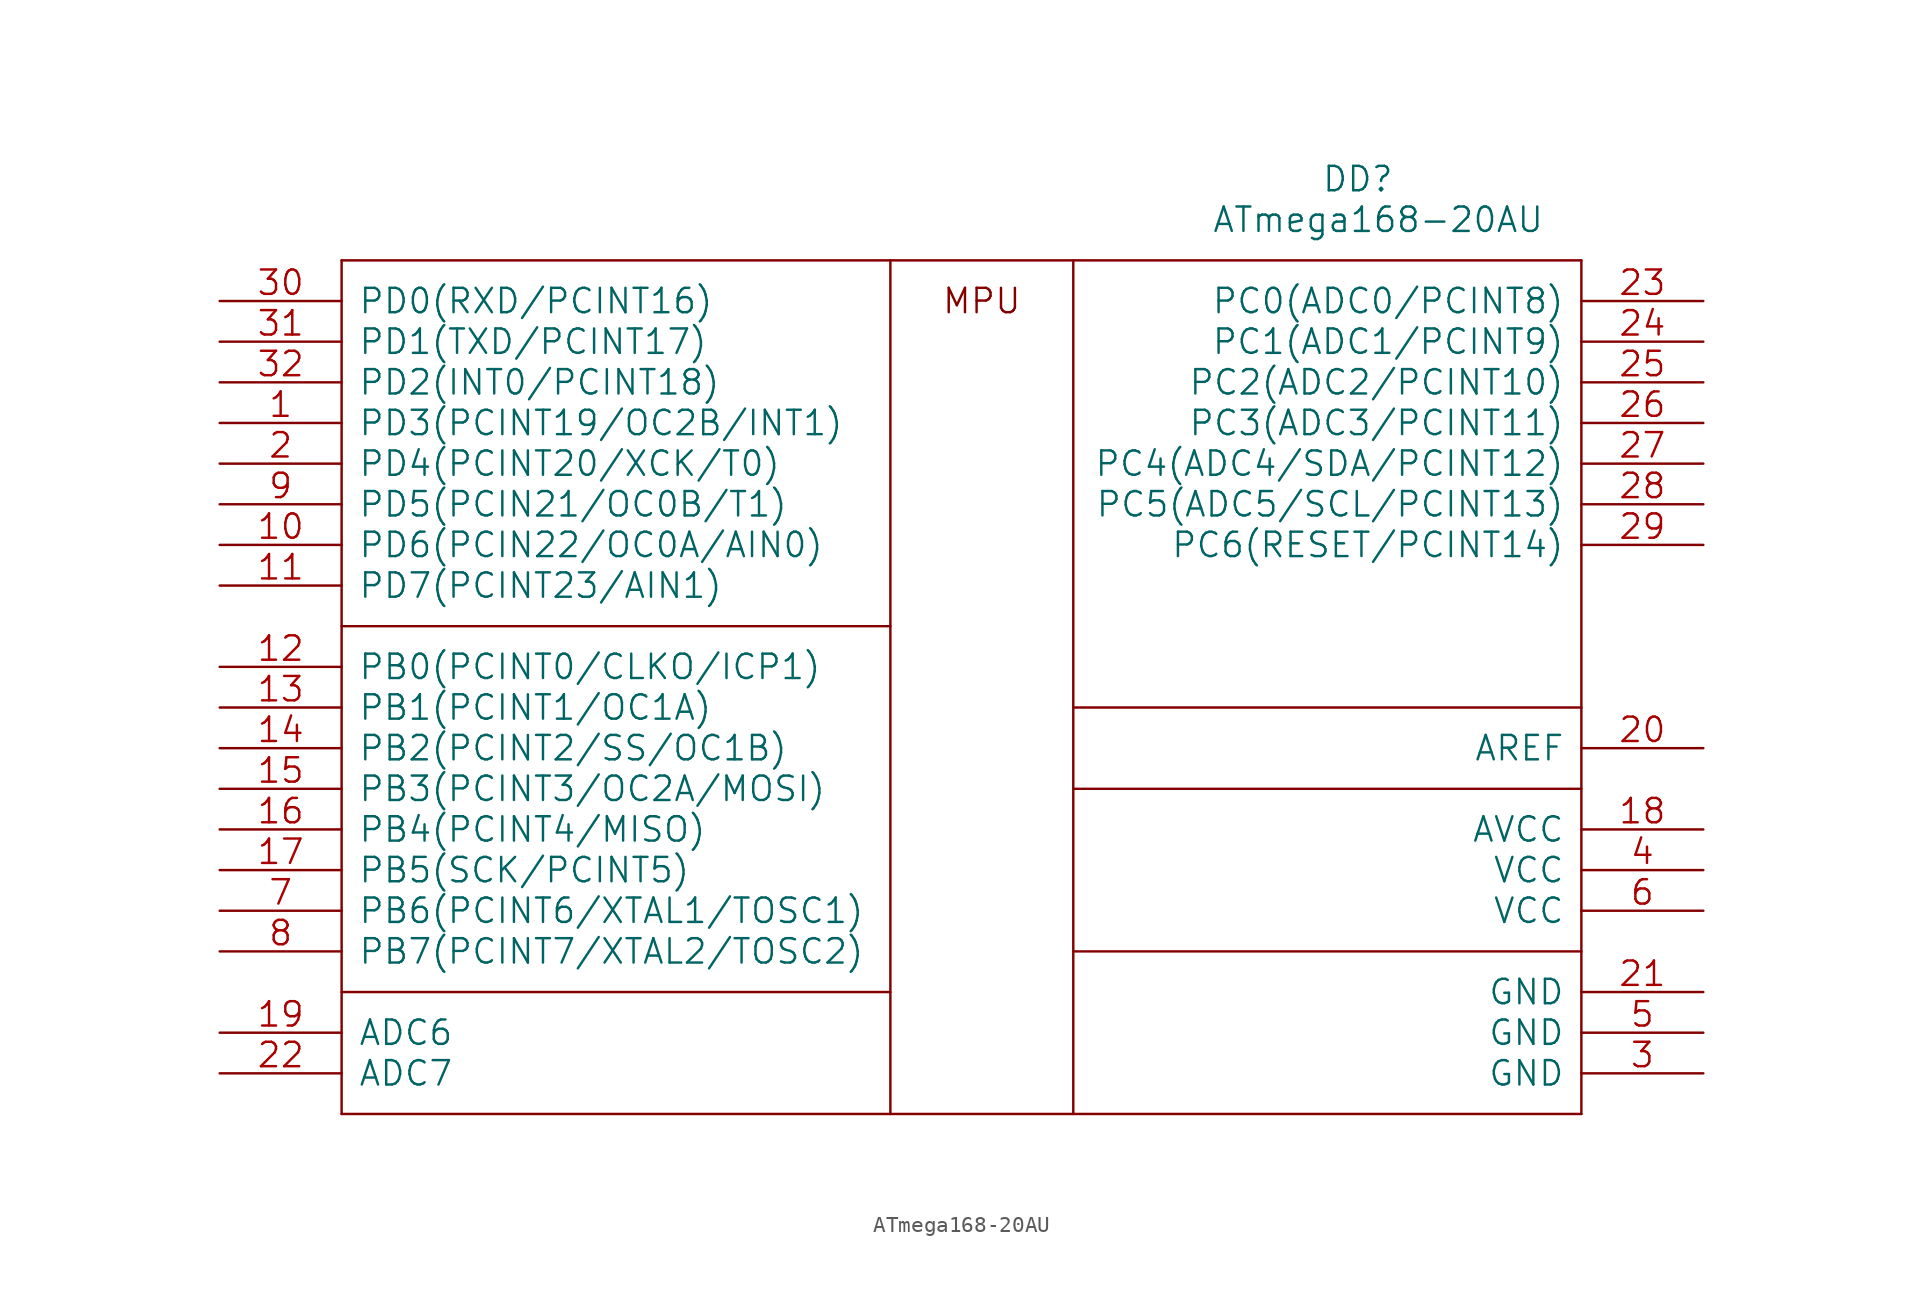
<source format=kicad_sym>
(kicad_symbol_lib
  (version 20211014)
  (generator kicad_symbol_editor)
  (symbol "ATmega168-20AU"
    (pin_names
      (offset 1.016))
    (property "Reference" "DD"
      (at 63.5 5.08 0)
      (effects (font (size 1.524 1.524))))
    (property "Value" "ATmega168-20AU"
      (at 64.77 2.54 0)
      (effects (font (size 1.524 1.524))))
    (property "Footprint" ""
      (at 0 0 0)
      (effects (font (size 1.524 1.524))))
    (property "Datasheet" ""
      (at 0 0 0)
      (effects (font (size 1.524 1.524))))
    (symbol "ATmega168-20AU_0_0"
      (text "MPU" (at 40.005 -2.54 0) (effects (font (size 1.524 1.524))))
      (pin input line (at -7.62 -10.16 0) (length 7.62) (name "PD3(PCINT19/OC2B/INT1)" (effects (font (size 1.524 1.524)))) (number "1" (effects (font (size 1.524 1.524)))))
      (pin input line (at -7.62 -17.78 0) (length 7.62) (name "PD6(PCIN22/OC0A/AIN0)" (effects (font (size 1.524 1.524)))) (number "10" (effects (font (size 1.524 1.524)))))
      (pin input line (at -7.62 -20.32 0) (length 7.62) (name "PD7(PCINT23/AIN1)" (effects (font (size 1.524 1.524)))) (number "11" (effects (font (size 1.524 1.524)))))
      (pin input line (at -7.62 -25.4 0) (length 7.62) (name "PB0(PCINT0/CLKO/ICP1)" (effects (font (size 1.524 1.524)))) (number "12" (effects (font (size 1.524 1.524)))))
      (pin input line (at -7.62 -27.94 0) (length 7.62) (name "PB1(PCINT1/OC1A)" (effects (font (size 1.524 1.524)))) (number "13" (effects (font (size 1.524 1.524)))))
      (pin input line (at -7.62 -30.48 0) (length 7.62) (name "PB2(PCINT2/SS/OC1B)" (effects (font (size 1.524 1.524)))) (number "14" (effects (font (size 1.524 1.524)))))
      (pin input line (at -7.62 -33.02 0) (length 7.62) (name "PB3(PCINT3/OC2A/MOSI)" (effects (font (size 1.524 1.524)))) (number "15" (effects (font (size 1.524 1.524)))))
      (pin input line (at -7.62 -35.56 0) (length 7.62) (name "PB4(PCINT4/MISO)" (effects (font (size 1.524 1.524)))) (number "16" (effects (font (size 1.524 1.524)))))
      (pin input line (at -7.62 -38.1 0) (length 7.62) (name "PB5(SCK/PCINT5)" (effects (font (size 1.524 1.524)))) (number "17" (effects (font (size 1.524 1.524)))))
      (pin input line (at 85.09 -35.56 180) (length 7.62) (name "AVCC" (effects (font (size 1.524 1.524)))) (number "18" (effects (font (size 1.524 1.524)))))
      (pin input line (at -7.62 -48.26 0) (length 7.62) (name "ADC6" (effects (font (size 1.524 1.524)))) (number "19" (effects (font (size 1.524 1.524)))))
      (pin input line (at -7.62 -12.7 0) (length 7.62) (name "PD4(PCINT20/XCK/T0)" (effects (font (size 1.524 1.524)))) (number "2" (effects (font (size 1.524 1.524)))))
      (pin input line (at 85.09 -30.48 180) (length 7.62) (name "AREF" (effects (font (size 1.524 1.524)))) (number "20" (effects (font (size 1.524 1.524)))))
      (pin input line (at 85.09 -45.72 180) (length 7.62) (name "GND" (effects (font (size 1.524 1.524)))) (number "21" (effects (font (size 1.524 1.524)))))
      (pin input line (at -7.62 -50.8 0) (length 7.62) (name "ADC7" (effects (font (size 1.524 1.524)))) (number "22" (effects (font (size 1.524 1.524)))))
      (pin input line (at 85.09 -2.54 180) (length 7.62) (name "PC0(ADC0/PCINT8)" (effects (font (size 1.524 1.524)))) (number "23" (effects (font (size 1.524 1.524)))))
      (pin input line (at 85.09 -5.08 180) (length 7.62) (name "PC1(ADC1/PCINT9)" (effects (font (size 1.524 1.524)))) (number "24" (effects (font (size 1.524 1.524)))))
      (pin input line (at 85.09 -7.62 180) (length 7.62) (name "PC2(ADC2/PCINT10)" (effects (font (size 1.524 1.524)))) (number "25" (effects (font (size 1.524 1.524)))))
      (pin input line (at 85.09 -10.16 180) (length 7.62) (name "PC3(ADC3/PCINT11)" (effects (font (size 1.524 1.524)))) (number "26" (effects (font (size 1.524 1.524)))))
      (pin input line (at 85.09 -12.7 180) (length 7.62) (name "PC4(ADC4/SDA/PCINT12)" (effects (font (size 1.524 1.524)))) (number "27" (effects (font (size 1.524 1.524)))))
      (pin power_out line (at 85.09 -15.24 180) (length 7.62) (name "PC5(ADC5/SCL/PCINT13)" (effects (font (size 1.524 1.524)))) (number "28" (effects (font (size 1.524 1.524)))))
      (pin input line (at 85.09 -17.78 180) (length 7.62) (name "PC6(RESET/PCINT14)" (effects (font (size 1.524 1.524)))) (number "29" (effects (font (size 1.524 1.524)))))
      (pin input line (at 85.09 -50.8 180) (length 7.62) (name "GND" (effects (font (size 1.524 1.524)))) (number "3" (effects (font (size 1.524 1.524)))))
      (pin input line (at -7.62 -2.54 0) (length 7.62) (name "PD0(RXD/PCINT16)" (effects (font (size 1.524 1.524)))) (number "30" (effects (font (size 1.524 1.524)))))
      (pin input line (at -7.62 -5.08 0) (length 7.62) (name "PD1(TXD/PCINT17)" (effects (font (size 1.524 1.524)))) (number "31" (effects (font (size 1.524 1.524)))))
      (pin power_out line (at -7.62 -7.62 0) (length 7.62) (name "PD2(INT0/PCINT18)" (effects (font (size 1.524 1.524)))) (number "32" (effects (font (size 1.524 1.524)))))
      (pin input line (at 85.09 -38.1 180) (length 7.62) (name "VCC" (effects (font (size 1.524 1.524)))) (number "4" (effects (font (size 1.524 1.524)))))
      (pin input line (at 85.09 -48.26 180) (length 7.62) (name "GND" (effects (font (size 1.524 1.524)))) (number "5" (effects (font (size 1.524 1.524)))))
      (pin input line (at 85.09 -40.64 180) (length 7.62) (name "VCC" (effects (font (size 1.524 1.524)))) (number "6" (effects (font (size 1.524 1.524)))))
      (pin input line (at -7.62 -40.64 0) (length 7.62) (name "PB6(PCINT6/XTAL1/TOSC1)" (effects (font (size 1.524 1.524)))) (number "7" (effects (font (size 1.524 1.524)))))
      (pin input line (at -7.62 -43.18 0) (length 7.62) (name "PB7(PCINT7/XTAL2/TOSC2)" (effects (font (size 1.524 1.524)))) (number "8" (effects (font (size 1.524 1.524)))))
      (pin input line (at -7.62 -15.24 0) (length 7.62) (name "PD5(PCIN21/OC0B/T1)" (effects (font (size 1.524 1.524)))) (number "9" (effects (font (size 1.524 1.524))))))
    (symbol "ATmega168-20AU_0_1"
      (polyline (pts (xy 0 -53.34) (xy 0 0)) (stroke (width 0) (type default) (color 0 0 0 0)) (fill (type none)))
      (polyline (pts (xy 0 -53.34) (xy 77.47 -53.34)) (stroke (width 0) (type default) (color 0 0 0 0)) (fill (type none)))
      (polyline (pts (xy 0 -45.72) (xy 34.29 -45.72)) (stroke (width 0) (type default) (color 0 0 0 0)) (fill (type none)))
      (polyline (pts (xy 0 0) (xy 77.47 0)) (stroke (width 0) (type default) (color 0 0 0 0)) (fill (type none)))
      (polyline (pts (xy 34.29 -53.34) (xy 34.29 0)) (stroke (width 0) (type default) (color 0 0 0 0)) (fill (type none)))
      (polyline (pts (xy 34.29 -22.86) (xy 0 -22.86)) (stroke (width 0) (type default) (color 0 0 0 0)) (fill (type none)))
      (polyline (pts (xy 45.72 0) (xy 45.72 -53.34)) (stroke (width 0) (type default) (color 0 0 0 0)) (fill (type none)))
      (polyline (pts (xy 77.47 -53.34) (xy 77.47 0)) (stroke (width 0) (type default) (color 0 0 0 0)) (fill (type none)))
      (polyline (pts (xy 77.47 -43.18) (xy 45.72 -43.18)) (stroke (width 0) (type default) (color 0 0 0 0)) (fill (type none)))
      (polyline (pts (xy 77.47 -33.02) (xy 45.72 -33.02)) (stroke (width 0) (type default) (color 0 0 0 0)) (fill (type none)))
      (polyline (pts (xy 77.47 -27.94) (xy 45.72 -27.94)) (stroke (width 0) (type default) (color 0 0 0 0)) (fill (type none))))))
</source>
